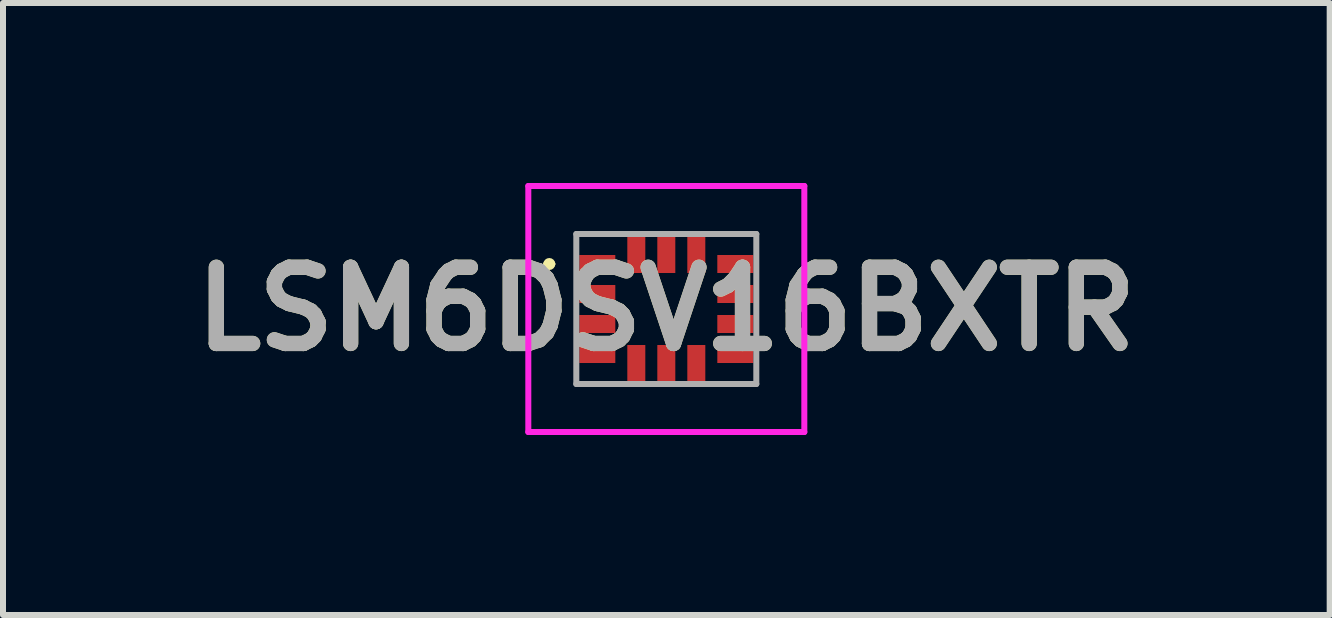
<source format=kicad_pcb>
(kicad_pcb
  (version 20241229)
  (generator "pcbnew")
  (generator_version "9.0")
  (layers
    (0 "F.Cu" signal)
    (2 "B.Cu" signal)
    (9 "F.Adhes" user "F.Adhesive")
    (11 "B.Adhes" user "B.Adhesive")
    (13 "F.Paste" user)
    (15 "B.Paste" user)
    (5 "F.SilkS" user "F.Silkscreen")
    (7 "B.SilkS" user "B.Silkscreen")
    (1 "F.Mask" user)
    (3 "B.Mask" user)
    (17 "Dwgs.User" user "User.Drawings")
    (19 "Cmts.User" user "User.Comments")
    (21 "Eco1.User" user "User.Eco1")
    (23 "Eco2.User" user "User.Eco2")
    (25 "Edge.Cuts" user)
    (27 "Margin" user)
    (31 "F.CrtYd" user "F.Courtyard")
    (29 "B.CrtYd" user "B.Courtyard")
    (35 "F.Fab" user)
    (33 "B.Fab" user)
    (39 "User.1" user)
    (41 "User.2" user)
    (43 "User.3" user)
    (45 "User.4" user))
  (footprint "LSM6DSV16BXTR"
    (layer "F.Cu")
    (at 8.055 2.1)
    (property "Reference" "LSM6DSV16BXTR" (at 0 0 0) (layer "F.SilkS") (effects (font (size 1.27 1.27) (thickness 0.254))))
    (attr smd)
    (fp_line (start -2 -0.75) (end -2 -0.75) (stroke (width 0.1) (type solid)) (layer "F.SilkS"))
    (fp_line (start -1.9 -0.75) (end -1.9 -0.75) (stroke (width 0.1) (type solid)) (layer "F.SilkS"))
    (fp_arc (start -2 -0.75) (mid -1.95 -0.8) (end -1.9 -0.75) (stroke (width 0.1) (type solid)) (layer "F.SilkS"))
    (fp_arc (start -1.9 -0.75) (mid -1.95 -0.7) (end -2 -0.75) (stroke (width 0.1) (type solid)) (layer "F.SilkS"))
    (fp_line (start -2.3 -2.05) (end 2.3 -2.05) (stroke (width 0.1) (type solid)) (layer "F.CrtYd"))
    (fp_line (start -2.3 2.05) (end -2.3 -2.05) (stroke (width 0.1) (type solid)) (layer "F.CrtYd"))
    (fp_line (start 2.3 -2.05) (end 2.3 2.05) (stroke (width 0.1) (type solid)) (layer "F.CrtYd"))
    (fp_line (start 2.3 2.05) (end -2.3 2.05) (stroke (width 0.1) (type solid)) (layer "F.CrtYd"))
    (fp_line (start -1.5 -1.25) (end 1.5 -1.25) (stroke (width 0.1) (type solid)) (layer "F.Fab"))
    (fp_line (start -1.5 1.25) (end -1.5 -1.25) (stroke (width 0.1) (type solid)) (layer "F.Fab"))
    (fp_line (start 1.5 -1.25) (end 1.5 1.25) (stroke (width 0.1) (type solid)) (layer "F.Fab"))
    (fp_line (start 1.5 1.25) (end -1.5 1.25) (stroke (width 0.1) (type solid)) (layer "F.Fab"))
    (fp_text user "${REFERENCE}" (at 0 0 0) (layer "F.Fab") (effects (font (size 1.27 1.27) (thickness 0.254))))
    (pad "1" smd rect (at -1.15 -0.75 90) (size 0.3 0.6) (layers "F.Cu" "F.Mask" "F.Paste"))
    (pad "2" smd rect (at -1.15 -0.25 90) (size 0.3 0.6) (layers "F.Cu" "F.Mask" "F.Paste"))
    (pad "3" smd rect (at -1.15 0.25 90) (size 0.3 0.6) (layers "F.Cu" "F.Mask" "F.Paste"))
    (pad "4" smd rect (at -1.15 0.75 90) (size 0.3 0.6) (layers "F.Cu" "F.Mask" "F.Paste"))
    (pad "5" smd rect (at -0.5 0.9) (size 0.3 0.6) (layers "F.Cu" "F.Mask" "F.Paste"))
    (pad "6" smd rect (at 0 0.9) (size 0.3 0.6) (layers "F.Cu" "F.Mask" "F.Paste"))
    (pad "7" smd rect (at 0.5 0.9) (size 0.3 0.6) (layers "F.Cu" "F.Mask" "F.Paste"))
    (pad "8" smd rect (at 1.15 0.75 90) (size 0.3 0.6) (layers "F.Cu" "F.Mask" "F.Paste"))
    (pad "9" smd rect (at 1.15 0.25 90) (size 0.3 0.6) (layers "F.Cu" "F.Mask" "F.Paste"))
    (pad "10" smd rect (at 1.15 -0.25 90) (size 0.3 0.6) (layers "F.Cu" "F.Mask" "F.Paste"))
    (pad "11" smd rect (at 1.15 -0.75 90) (size 0.3 0.6) (layers "F.Cu" "F.Mask" "F.Paste"))
    (pad "12" smd rect (at 0.5 -0.9) (size 0.3 0.6) (layers "F.Cu" "F.Mask" "F.Paste"))
    (pad "13" smd rect (at 0 -0.9) (size 0.3 0.6) (layers "F.Cu" "F.Mask" "F.Paste"))
    (pad "14" smd rect (at -0.5 -0.9) (size 0.3 0.6) (layers "F.Cu" "F.Mask" "F.Paste")))
  (gr_rect
    (start -3 -3)
    (end 19.111 7.2)
    (stroke (width 0.1) (type default))
    (fill no)
    (layer "Edge.Cuts")))
</source>
